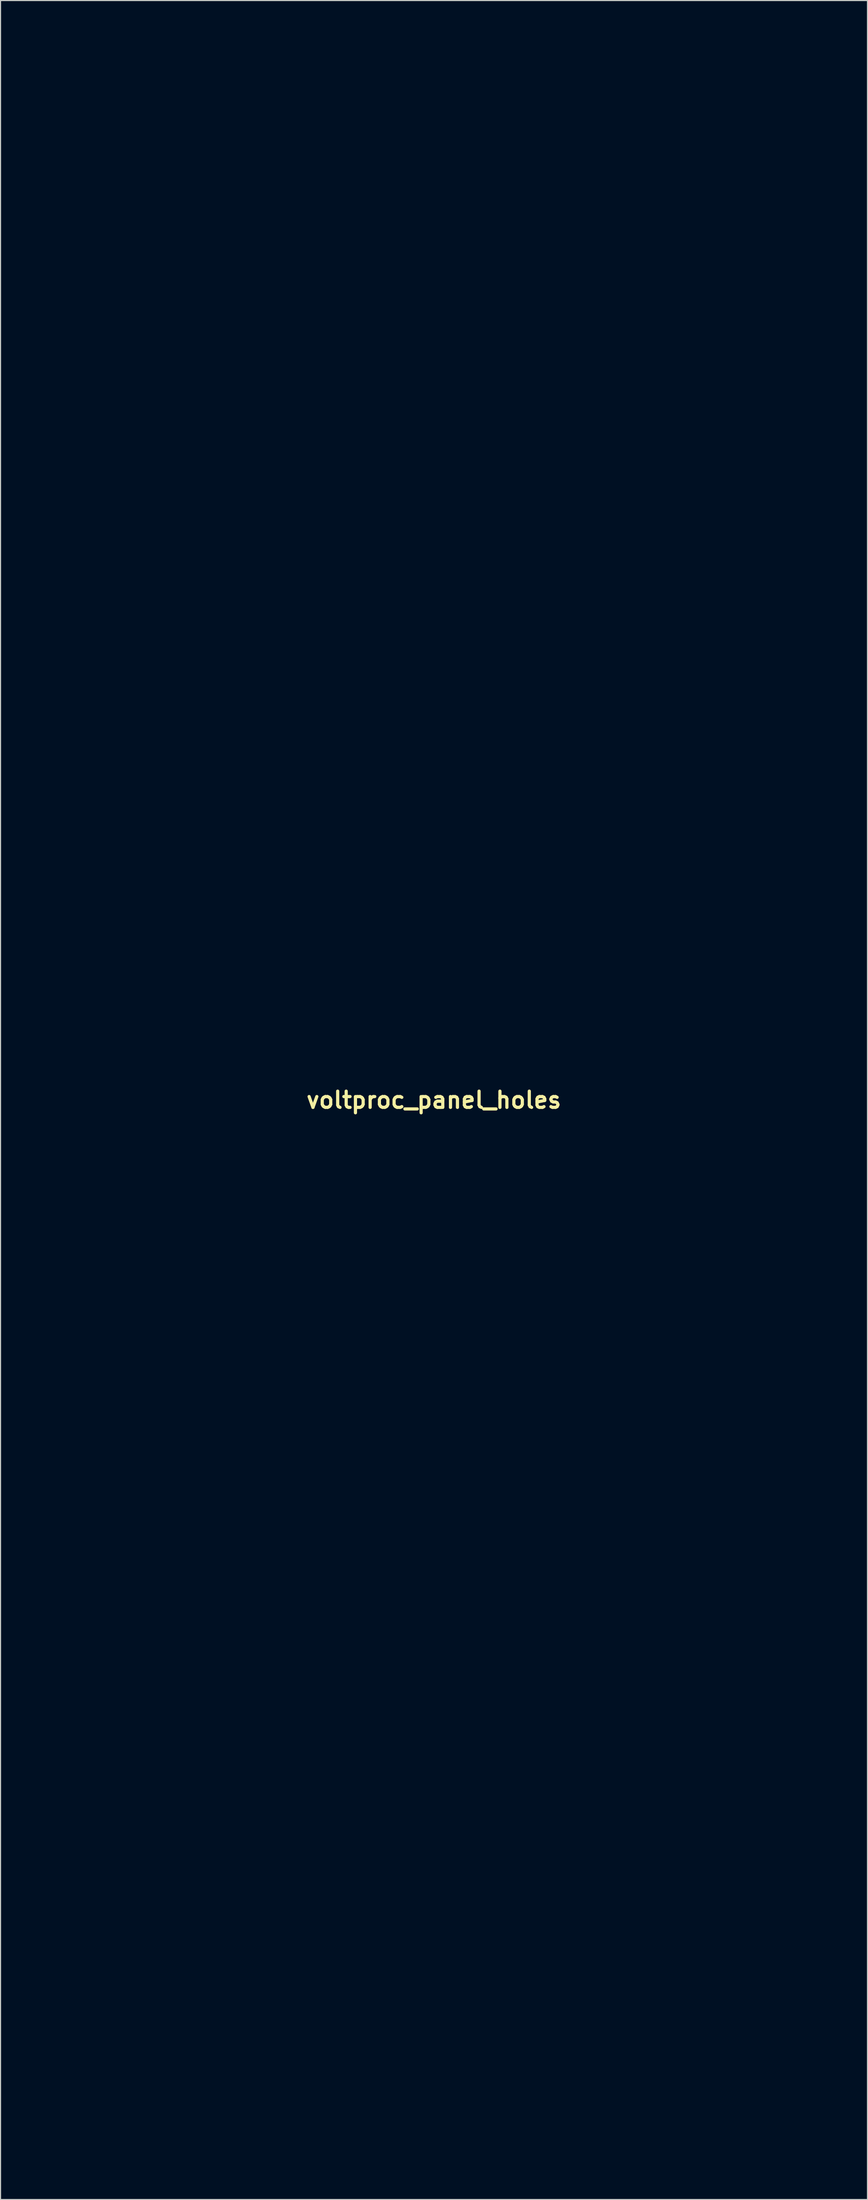
<source format=kicad_pcb>
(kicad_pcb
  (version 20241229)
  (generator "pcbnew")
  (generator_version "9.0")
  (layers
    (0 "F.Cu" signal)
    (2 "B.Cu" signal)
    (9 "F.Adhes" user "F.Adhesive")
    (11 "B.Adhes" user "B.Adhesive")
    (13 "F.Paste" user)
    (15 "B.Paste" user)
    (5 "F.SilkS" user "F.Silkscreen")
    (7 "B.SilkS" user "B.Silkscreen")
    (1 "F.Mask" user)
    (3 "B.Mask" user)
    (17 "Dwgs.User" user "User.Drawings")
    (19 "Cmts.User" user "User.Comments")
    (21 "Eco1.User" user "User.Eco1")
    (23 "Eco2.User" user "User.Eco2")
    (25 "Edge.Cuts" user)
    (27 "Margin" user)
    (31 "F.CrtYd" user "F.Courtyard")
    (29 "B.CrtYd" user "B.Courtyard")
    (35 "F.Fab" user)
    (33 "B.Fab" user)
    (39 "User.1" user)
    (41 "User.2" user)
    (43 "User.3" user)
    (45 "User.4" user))
  (footprint "voltproc_panel_holes"
    (layer "F.Cu")
    (at 37.705 100.277)
    (property "Reference" "voltproc_panel_holes" (at 0 0 0) (layer "F.SilkS") (effects (font (size 1.524 1.524) (thickness 0.3))))
    (attr board_only exclude_from_pos_files exclude_from_bom)
    (fp_poly (pts (xy 33.332 -98.692) (xy 33.597 -98.691) (xy 33.852 -98.689) (xy 34.093 -98.686) (xy 34.313 -98.683) (xy 34.507 -98.678) (xy 34.671 -98.673) (xy 34.797 -98.666) (xy 34.882 -98.659) (xy 34.909 -98.654) (xy 35.167 -98.566) (xy 35.408 -98.436) (xy 35.623 -98.27) (xy 35.806 -98.072) (xy 35.95 -97.849) (xy 35.969 -97.812) (xy 36.048 -97.633) (xy 36.1 -97.473) (xy 36.129 -97.313) (xy 36.139 -97.131) (xy 36.139 -97.062) (xy 36.113 -96.779) (xy 36.04 -96.515) (xy 35.92 -96.271) (xy 35.752 -96.045) (xy 35.56 -95.857) (xy 35.432 -95.764) (xy 35.273 -95.675) (xy 35.104 -95.597) (xy 34.942 -95.541) (xy 34.871 -95.524) (xy 34.817 -95.519) (xy 34.718 -95.514) (xy 34.58 -95.509) (xy 34.407 -95.505) (xy 34.206 -95.501) (xy 33.982 -95.497) (xy 33.741 -95.494) (xy 33.489 -95.492) (xy 33.23 -95.49) (xy 32.971 -95.489) (xy 32.717 -95.488) (xy 32.475 -95.488) (xy 32.248 -95.489) (xy 32.044 -95.49) (xy 31.867 -95.493) (xy 31.724 -95.496) (xy 31.62 -95.5) (xy 31.578 -95.503) (xy 31.308 -95.552) (xy 31.053 -95.649) (xy 30.817 -95.793) (xy 30.601 -95.983) (xy 30.591 -95.994) (xy 30.409 -96.218) (xy 30.275 -96.458) (xy 30.189 -96.714) (xy 30.149 -96.989) (xy 30.147 -97.087) (xy 30.171 -97.37) (xy 30.241 -97.638) (xy 30.355 -97.885) (xy 30.507 -98.108) (xy 30.696 -98.302) (xy 30.917 -98.463) (xy 31.168 -98.587) (xy 31.375 -98.654) (xy 31.432 -98.661) (xy 31.535 -98.668) (xy 31.677 -98.674) (xy 31.854 -98.679) (xy 32.06 -98.684) (xy 32.289 -98.687) (xy 32.537 -98.69) (xy 32.796 -98.691) (xy 33.063 -98.692)) (stroke (width 0.1) (type solid)) (fill no) (layer "Eco1.User"))
    (fp_poly (pts (xy -32.886 95.492) (xy -32.62 95.494) (xy -32.365 95.496) (xy -32.125 95.5) (xy -31.906 95.504) (xy -31.714 95.51) (xy -31.554 95.516) (xy -31.432 95.524) (xy -31.354 95.533) (xy -31.337 95.536) (xy -31.089 95.62) (xy -30.866 95.743) (xy -30.658 95.908) (xy -30.598 95.966) (xy -30.411 96.182) (xy -30.272 96.407) (xy -30.18 96.645) (xy -30.131 96.903) (xy -30.122 97.087) (xy -30.145 97.372) (xy -30.216 97.641) (xy -30.33 97.89) (xy -30.485 98.115) (xy -30.679 98.31) (xy -30.909 98.472) (xy -31.007 98.525) (xy -31.071 98.557) (xy -31.127 98.584) (xy -31.181 98.607) (xy -31.237 98.626) (xy -31.299 98.642) (xy -31.371 98.655) (xy -31.457 98.665) (xy -31.562 98.673) (xy -31.69 98.679) (xy -31.844 98.683) (xy -32.031 98.686) (xy -32.252 98.688) (xy -32.513 98.69) (xy -32.818 98.691) (xy -33.04 98.691) (xy -33.325 98.692) (xy -33.597 98.692) (xy -33.853 98.691) (xy -34.086 98.69) (xy -34.294 98.688) (xy -34.47 98.686) (xy -34.61 98.683) (xy -34.71 98.679) (xy -34.764 98.676) (xy -34.767 98.675) (xy -35.04 98.604) (xy -35.292 98.49) (xy -35.52 98.337) (xy -35.717 98.15) (xy -35.878 97.932) (xy -35.943 97.812) (xy -36.023 97.631) (xy -36.076 97.469) (xy -36.105 97.306) (xy -36.115 97.122) (xy -36.115 97.074) (xy -36.09 96.801) (xy -36.019 96.541) (xy -35.906 96.298) (xy -35.755 96.077) (xy -35.571 95.885) (xy -35.356 95.726) (xy -35.116 95.604) (xy -34.895 95.535) (xy -34.83 95.526) (xy -34.721 95.518) (xy -34.571 95.511) (xy -34.388 95.506) (xy -34.177 95.501) (xy -33.942 95.497) (xy -33.691 95.494) (xy -33.427 95.493) (xy -33.157 95.492)) (stroke (width 0.1) (type solid)) (fill no) (layer "Eco1.User"))
    (fp_poly (pts (xy -32.923 -98.692) (xy -32.659 -98.691) (xy -32.404 -98.689) (xy -32.163 -98.686) (xy -31.943 -98.682) (xy -31.749 -98.677) (xy -31.586 -98.672) (xy -31.46 -98.665) (xy -31.377 -98.658) (xy -31.35 -98.654) (xy -31.079 -98.561) (xy -30.835 -98.428) (xy -30.622 -98.258) (xy -30.442 -98.057) (xy -30.298 -97.828) (xy -30.195 -97.576) (xy -30.136 -97.305) (xy -30.122 -97.087) (xy -30.143 -96.813) (xy -30.206 -96.562) (xy -30.314 -96.329) (xy -30.469 -96.108) (xy -30.598 -95.966) (xy -30.722 -95.849) (xy -30.831 -95.762) (xy -30.943 -95.693) (xy -30.994 -95.667) (xy -31.064 -95.633) (xy -31.128 -95.604) (xy -31.189 -95.579) (xy -31.253 -95.559) (xy -31.323 -95.542) (xy -31.403 -95.528) (xy -31.5 -95.518) (xy -31.616 -95.509) (xy -31.756 -95.503) (xy -31.924 -95.499) (xy -32.126 -95.496) (xy -32.365 -95.494) (xy -32.646 -95.492) (xy -32.973 -95.491) (xy -32.993 -95.491) (xy -33.267 -95.49) (xy -33.529 -95.489) (xy -33.772 -95.489) (xy -33.994 -95.489) (xy -34.188 -95.489) (xy -34.35 -95.489) (xy -34.475 -95.49) (xy -34.557 -95.491) (xy -34.591 -95.492) (xy -34.88 -95.534) (xy -35.149 -95.623) (xy -35.398 -95.758) (xy -35.625 -95.94) (xy -35.672 -95.986) (xy -35.849 -96.201) (xy -35.982 -96.441) (xy -36.07 -96.701) (xy -36.111 -96.978) (xy -36.114 -97.062) (xy -36.109 -97.255) (xy -36.087 -97.42) (xy -36.043 -97.577) (xy -35.974 -97.747) (xy -35.944 -97.812) (xy -35.809 -98.034) (xy -35.633 -98.234) (xy -35.425 -98.406) (xy -35.191 -98.543) (xy -34.941 -98.639) (xy -34.884 -98.655) (xy -34.826 -98.662) (xy -34.723 -98.669) (xy -34.58 -98.675) (xy -34.402 -98.68) (xy -34.196 -98.684) (xy -33.967 -98.688) (xy -33.719 -98.69) (xy -33.459 -98.691) (xy -33.192 -98.692)) (stroke (width 0.1) (type solid)) (fill no) (layer "Eco1.User"))
    (fp_poly (pts (xy 0.402 6.529) (xy 0.773 6.59) (xy 1.135 6.695) (xy 1.498 6.845) (xy 1.564 6.877) (xy 1.935 7.089) (xy 2.271 7.337) (xy 2.572 7.621) (xy 2.836 7.938) (xy 3.06 8.288) (xy 3.244 8.667) (xy 3.34 8.924) (xy 3.414 9.172) (xy 3.465 9.408) (xy 3.494 9.646) (xy 3.505 9.904) (xy 3.501 10.128) (xy 3.478 10.465) (xy 3.432 10.77) (xy 3.359 11.056) (xy 3.254 11.337) (xy 3.137 11.588) (xy 2.925 11.952) (xy 2.676 12.283) (xy 2.394 12.577) (xy 2.081 12.835) (xy 1.742 13.054) (xy 1.38 13.232) (xy 0.997 13.367) (xy 0.596 13.458) (xy 0.182 13.502) (xy -0.243 13.499) (xy -0.267 13.497) (xy -0.678 13.442) (xy -1.075 13.339) (xy -1.456 13.189) (xy -1.818 12.993) (xy -2.159 12.752) (xy -2.465 12.478) (xy -2.746 12.162) (xy -2.985 11.817) (xy -3.181 11.446) (xy -3.333 11.052) (xy -3.42 10.73) (xy -3.446 10.568) (xy -3.465 10.372) (xy -3.476 10.155) (xy -3.476 10.145) (xy -2.492 10.145) (xy -0.127 10.145) (xy -0.127 12.509) (xy 0.153 12.509) (xy 0.153 10.145) (xy 2.517 10.145) (xy 2.517 9.89) (xy 0.153 9.89) (xy 0.146 8.702) (xy 0.14 7.513) (xy -0.114 7.513) (xy -0.121 8.702) (xy -0.128 9.89) (xy -2.492 9.89) (xy -2.492 10.145) (xy -3.476 10.145) (xy -3.479 9.933) (xy -3.472 9.721) (xy -3.457 9.534) (xy -3.446 9.454) (xy -3.352 9.038) (xy -3.212 8.643) (xy -3.026 8.27) (xy -2.796 7.921) (xy -2.523 7.599) (xy -2.262 7.35) (xy -1.989 7.138) (xy -1.688 6.954) (xy -1.538 6.877) (xy -1.175 6.719) (xy -0.816 6.606) (xy -0.451 6.538) (xy -0.069 6.51) (xy 0.013 6.509)) (stroke (width 0.1) (type solid)) (fill no) (layer "Eco1.User"))
    (fp_poly (pts (xy 25.398 -73.548) (xy 25.802 -73.483) (xy 25.877 -73.465) (xy 26.275 -73.341) (xy 26.651 -73.173) (xy 27 -72.964) (xy 27.322 -72.718) (xy 27.612 -72.437) (xy 27.869 -72.125) (xy 28.088 -71.785) (xy 28.267 -71.419) (xy 28.404 -71.031) (xy 28.49 -70.657) (xy 28.51 -70.495) (xy 28.524 -70.302) (xy 28.53 -70.095) (xy 28.528 -69.889) (xy 28.519 -69.701) (xy 28.502 -69.551) (xy 28.412 -69.139) (xy 28.276 -68.745) (xy 28.098 -68.373) (xy 27.881 -68.027) (xy 27.625 -67.709) (xy 27.335 -67.424) (xy 27.012 -67.175) (xy 26.658 -66.965) (xy 26.633 -66.952) (xy 26.339 -66.815) (xy 26.062 -66.714) (xy 25.785 -66.643) (xy 25.494 -66.599) (xy 25.174 -66.578) (xy 25.133 -66.577) (xy 24.988 -66.575) (xy 24.856 -66.574) (xy 24.747 -66.575) (xy 24.673 -66.577) (xy 24.65 -66.579) (xy 24.219 -66.664) (xy 23.823 -66.784) (xy 23.457 -66.941) (xy 23.117 -67.138) (xy 22.801 -67.375) (xy 22.564 -67.593) (xy 22.279 -67.911) (xy 22.04 -68.251) (xy 21.848 -68.612) (xy 21.702 -68.994) (xy 21.603 -69.395) (xy 21.55 -69.816) (xy 21.544 -69.933) (xy 21.545 -69.946) (xy 22.527 -69.946) (xy 24.904 -69.933) (xy 24.911 -68.744) (xy 24.917 -67.555) (xy 25.171 -67.555) (xy 25.171 -69.945) (xy 27.536 -69.945) (xy 27.536 -70.2) (xy 25.171 -70.2) (xy 25.171 -72.564) (xy 24.917 -72.564) (xy 24.917 -70.2) (xy 22.527 -70.2) (xy 22.527 -69.946) (xy 21.545 -69.946) (xy 21.552 -70.363) (xy 21.608 -70.777) (xy 21.711 -71.173) (xy 21.862 -71.551) (xy 22.06 -71.91) (xy 22.305 -72.249) (xy 22.528 -72.499) (xy 22.771 -72.731) (xy 23.016 -72.925) (xy 23.278 -73.095) (xy 23.422 -73.174) (xy 23.791 -73.34) (xy 24.179 -73.461) (xy 24.58 -73.537) (xy 24.989 -73.566)) (stroke (width 0.1) (type solid)) (fill no) (layer "Eco1.User"))
    (fp_poly (pts (xy -24.971 15.642) (xy -24.773 15.649) (xy -24.584 15.661) (xy -24.419 15.679) (xy -24.309 15.698) (xy -23.901 15.812) (xy -23.514 15.97) (xy -23.152 16.169) (xy -22.817 16.406) (xy -22.514 16.68) (xy -22.245 16.986) (xy -22.014 17.324) (xy -21.92 17.492) (xy -21.77 17.806) (xy -21.659 18.109) (xy -21.582 18.414) (xy -21.536 18.737) (xy -21.519 19.006) (xy -21.52 19.372) (xy -21.554 19.711) (xy -21.624 20.034) (xy -21.732 20.355) (xy -21.878 20.684) (xy -22.054 21.002) (xy -22.251 21.285) (xy -22.478 21.547) (xy -22.6 21.668) (xy -22.925 21.943) (xy -23.277 22.175) (xy -23.654 22.362) (xy -24.056 22.506) (xy -24.294 22.568) (xy -24.409 22.587) (xy -24.563 22.601) (xy -24.742 22.612) (xy -24.934 22.618) (xy -25.126 22.619) (xy -25.307 22.615) (xy -25.462 22.606) (xy -25.578 22.592) (xy -26.001 22.492) (xy -26.4 22.347) (xy -26.773 22.161) (xy -27.118 21.933) (xy -27.432 21.665) (xy -27.715 21.359) (xy -27.963 21.017) (xy -28.157 20.675) (xy -28.31 20.316) (xy -28.419 19.935) (xy -28.485 19.54) (xy -28.5 19.272) (xy -27.51 19.272) (xy -25.146 19.272) (xy -25.146 21.637) (xy -24.891 21.637) (xy -24.891 19.273) (xy -23.703 19.266) (xy -22.514 19.26) (xy -22.514 19.006) (xy -23.703 18.999) (xy -24.891 18.992) (xy -24.891 16.628) (xy -25.146 16.628) (xy -25.146 18.993) (xy -27.51 18.993) (xy -27.51 19.272) (xy -28.5 19.272) (xy -28.507 19.137) (xy -28.485 18.732) (xy -28.418 18.333) (xy -28.333 18.028) (xy -28.183 17.648) (xy -27.99 17.291) (xy -27.757 16.962) (xy -27.488 16.661) (xy -27.186 16.393) (xy -26.856 16.161) (xy -26.5 15.966) (xy -26.121 15.813) (xy -25.724 15.703) (xy -25.48 15.66) (xy -25.339 15.647) (xy -25.165 15.641)) (stroke (width 0.1) (type solid)) (fill no) (layer "Eco1.User"))
    (fp_poly (pts (xy 33.513 95.497) (xy 33.845 95.498) (xy 34.129 95.5) (xy 34.367 95.503) (xy 34.559 95.507) (xy 34.707 95.512) (xy 34.812 95.517) (xy 34.876 95.524) (xy 34.885 95.525) (xy 35.039 95.571) (xy 35.209 95.641) (xy 35.375 95.727) (xy 35.515 95.819) (xy 35.527 95.829) (xy 35.737 96.025) (xy 35.905 96.248) (xy 36.03 96.493) (xy 36.109 96.758) (xy 36.14 97.038) (xy 36.14 97.074) (xy 36.134 97.266) (xy 36.11 97.432) (xy 36.063 97.592) (xy 35.99 97.767) (xy 35.969 97.812) (xy 35.843 98.022) (xy 35.681 98.216) (xy 35.494 98.38) (xy 35.293 98.506) (xy 35.29 98.507) (xy 35.219 98.542) (xy 35.157 98.572) (xy 35.099 98.598) (xy 35.041 98.619) (xy 34.978 98.637) (xy 34.906 98.651) (xy 34.821 98.663) (xy 34.719 98.671) (xy 34.595 98.678) (xy 34.445 98.683) (xy 34.265 98.686) (xy 34.05 98.688) (xy 33.797 98.689) (xy 33.5 98.69) (xy 33.218 98.691) (xy 32.933 98.692) (xy 32.661 98.692) (xy 32.404 98.691) (xy 32.17 98.69) (xy 31.961 98.688) (xy 31.784 98.685) (xy 31.643 98.682) (xy 31.542 98.678) (xy 31.487 98.674) (xy 31.483 98.674) (xy 31.214 98.604) (xy 30.967 98.491) (xy 30.746 98.341) (xy 30.554 98.159) (xy 30.394 97.949) (xy 30.27 97.716) (xy 30.186 97.464) (xy 30.145 97.199) (xy 30.151 96.925) (xy 30.156 96.885) (xy 30.217 96.615) (xy 30.324 96.362) (xy 30.471 96.131) (xy 30.653 95.928) (xy 30.867 95.758) (xy 31.109 95.624) (xy 31.362 95.536) (xy 31.4 95.528) (xy 31.449 95.521) (xy 31.511 95.515) (xy 31.592 95.51) (xy 31.695 95.506) (xy 31.824 95.503) (xy 31.983 95.501) (xy 32.176 95.499) (xy 32.406 95.498) (xy 32.678 95.497) (xy 32.995 95.497) (xy 33.131 95.497)) (stroke (width 0.1) (type solid)) (fill no) (layer "Eco1.User"))
    (fp_poly (pts (xy 25.666 70.108) (xy 26.148 70.192) (xy 26.226 70.21) (xy 26.702 70.352) (xy 27.157 70.539) (xy 27.589 70.768) (xy 27.994 71.036) (xy 28.371 71.342) (xy 28.716 71.682) (xy 29.027 72.054) (xy 29.301 72.455) (xy 29.536 72.883) (xy 29.73 73.335) (xy 29.873 73.788) (xy 29.973 74.267) (xy 30.027 74.758) (xy 30.033 75.254) (xy 29.992 75.748) (xy 29.904 76.234) (xy 29.884 76.314) (xy 29.745 76.767) (xy 29.559 77.209) (xy 29.329 77.636) (xy 29.061 78.04) (xy 28.756 78.414) (xy 28.499 78.68) (xy 28.113 79.015) (xy 27.704 79.305) (xy 27.273 79.549) (xy 26.822 79.747) (xy 26.352 79.898) (xy 25.866 80.002) (xy 25.364 80.059) (xy 24.849 80.066) (xy 24.726 80.061) (xy 24.241 80.01) (xy 23.768 79.911) (xy 23.311 79.768) (xy 22.871 79.581) (xy 22.453 79.354) (xy 22.058 79.089) (xy 21.69 78.788) (xy 21.352 78.454) (xy 21.045 78.089) (xy 20.774 77.695) (xy 20.542 77.275) (xy 20.35 76.832) (xy 20.201 76.367) (xy 20.179 76.276) (xy 20.083 75.781) (xy 20.037 75.288) (xy 20.038 75.208) (xy 22.524 75.208) (xy 24.917 75.208) (xy 24.917 77.573) (xy 25.171 77.573) (xy 25.171 75.208) (xy 27.536 75.208) (xy 27.536 74.929) (xy 25.171 74.929) (xy 25.171 72.564) (xy 24.917 72.564) (xy 24.917 74.928) (xy 23.728 74.935) (xy 22.54 74.941) (xy 22.532 75.075) (xy 22.524 75.208) (xy 20.038 75.208) (xy 20.04 74.8) (xy 20.089 74.319) (xy 20.184 73.849) (xy 20.322 73.392) (xy 20.504 72.951) (xy 20.727 72.53) (xy 20.99 72.131) (xy 21.292 71.757) (xy 21.631 71.41) (xy 22.006 71.095) (xy 22.416 70.813) (xy 22.826 70.584) (xy 23.267 70.391) (xy 23.728 70.243) (xy 24.204 70.14) (xy 24.689 70.083) (xy 25.179 70.072)) (stroke (width 0.1) (type solid)) (fill no) (layer "Eco1.User"))
    (fp_poly (pts (xy -24.537 -19.88) (xy -24.052 -19.809) (xy -23.577 -19.691) (xy -23.115 -19.528) (xy -22.67 -19.32) (xy -22.247 -19.068) (xy -22.208 -19.042) (xy -21.808 -18.74) (xy -21.448 -18.41) (xy -21.127 -18.053) (xy -20.846 -17.672) (xy -20.605 -17.272) (xy -20.405 -16.854) (xy -20.245 -16.422) (xy -20.126 -15.979) (xy -20.048 -15.528) (xy -20.011 -15.072) (xy -20.016 -14.615) (xy -20.063 -14.158) (xy -20.152 -13.706) (xy -20.283 -13.262) (xy -20.457 -12.828) (xy -20.674 -12.407) (xy -20.934 -12.003) (xy -21.238 -11.619) (xy -21.566 -11.274) (xy -21.945 -10.947) (xy -22.35 -10.662) (xy -22.779 -10.42) (xy -23.229 -10.222) (xy -23.695 -10.07) (xy -24.176 -9.964) (xy -24.666 -9.905) (xy -25.164 -9.895) (xy -25.527 -9.919) (xy -26.016 -9.994) (xy -26.49 -10.117) (xy -26.947 -10.284) (xy -27.382 -10.493) (xy -27.795 -10.743) (xy -28.181 -11.031) (xy -28.538 -11.354) (xy -28.864 -11.711) (xy -29.154 -12.099) (xy -29.408 -12.516) (xy -29.622 -12.959) (xy -29.783 -13.396) (xy -29.909 -13.876) (xy -29.986 -14.356) (xy -30.012 -14.772) (xy -27.51 -14.772) (xy -25.146 -14.772) (xy -25.146 -12.408) (xy -24.892 -12.408) (xy -24.885 -13.584) (xy -24.879 -14.759) (xy -23.69 -14.766) (xy -22.502 -14.773) (xy -22.502 -15.026) (xy -23.69 -15.033) (xy -24.879 -15.039) (xy -24.885 -16.215) (xy -24.892 -17.391) (xy -25.146 -17.391) (xy -25.146 -15.026) (xy -27.51 -15.026) (xy -27.51 -14.772) (xy -30.012 -14.772) (xy -30.016 -14.833) (xy -30 -15.305) (xy -29.939 -15.77) (xy -29.836 -16.223) (xy -29.692 -16.663) (xy -29.508 -17.087) (xy -29.287 -17.492) (xy -29.029 -17.875) (xy -28.737 -18.234) (xy -28.411 -18.565) (xy -28.054 -18.867) (xy -27.668 -19.136) (xy -27.253 -19.37) (xy -26.812 -19.566) (xy -26.346 -19.721) (xy -25.997 -19.805) (xy -25.513 -19.879) (xy -25.025 -19.904)) (stroke (width 0.1) (type solid)) (fill no) (layer "Eco1.User"))
    (fp_poly (pts (xy 25.349 -19.892) (xy 25.828 -19.839) (xy 26.304 -19.739) (xy 26.772 -19.591) (xy 27.218 -19.401) (xy 27.657 -19.16) (xy 28.064 -18.881) (xy 28.439 -18.567) (xy 28.778 -18.221) (xy 29.08 -17.845) (xy 29.344 -17.442) (xy 29.569 -17.016) (xy 29.751 -16.569) (xy 29.89 -16.104) (xy 29.984 -15.625) (xy 30.031 -15.133) (xy 30.03 -14.632) (xy 30.026 -14.555) (xy 29.968 -14.063) (xy 29.864 -13.586) (xy 29.715 -13.126) (xy 29.524 -12.687) (xy 29.293 -12.271) (xy 29.025 -11.88) (xy 28.722 -11.517) (xy 28.386 -11.183) (xy 28.02 -10.883) (xy 27.625 -10.618) (xy 27.205 -10.39) (xy 26.761 -10.202) (xy 26.297 -10.056) (xy 25.813 -9.956) (xy 25.616 -9.929) (xy 25.397 -9.909) (xy 25.159 -9.898) (xy 24.922 -9.895) (xy 24.707 -9.902) (xy 24.625 -9.908) (xy 24.131 -9.975) (xy 23.652 -10.09) (xy 23.192 -10.248) (xy 22.753 -10.449) (xy 22.336 -10.689) (xy 21.946 -10.967) (xy 21.584 -11.28) (xy 21.254 -11.626) (xy 20.957 -12.003) (xy 20.697 -12.408) (xy 20.476 -12.839) (xy 20.297 -13.294) (xy 20.162 -13.77) (xy 20.153 -13.809) (xy 20.069 -14.304) (xy 20.036 -14.773) (xy 22.527 -14.773) (xy 23.716 -14.766) (xy 24.904 -14.759) (xy 24.917 -12.408) (xy 25.171 -12.408) (xy 25.171 -14.772) (xy 27.536 -14.772) (xy 27.536 -15.026) (xy 25.171 -15.026) (xy 25.171 -17.391) (xy 24.917 -17.391) (xy 24.911 -16.215) (xy 24.904 -15.039) (xy 22.527 -15.026) (xy 22.527 -14.773) (xy 20.036 -14.773) (xy 20.034 -14.799) (xy 20.048 -15.291) (xy 20.11 -15.776) (xy 20.219 -16.252) (xy 20.373 -16.715) (xy 20.573 -17.161) (xy 20.817 -17.587) (xy 21.104 -17.99) (xy 21.416 -18.348) (xy 21.779 -18.692) (xy 22.168 -18.994) (xy 22.58 -19.254) (xy 23.012 -19.471) (xy 23.46 -19.645) (xy 23.921 -19.774) (xy 24.392 -19.859) (xy 24.869 -19.899)) (stroke (width 0.1) (type solid)) (fill no) (layer "Eco1.User"))
    (fp_poly (pts (xy -24.693 -73.551) (xy -24.48 -73.53) (xy -24.408 -73.519) (xy -24.007 -73.423) (xy -23.623 -73.281) (xy -23.26 -73.096) (xy -22.922 -72.872) (xy -22.611 -72.61) (xy -22.332 -72.315) (xy -22.088 -71.989) (xy -21.882 -71.636) (xy -21.719 -71.257) (xy -21.689 -71.171) (xy -21.629 -70.98) (xy -21.585 -70.81) (xy -21.554 -70.646) (xy -21.535 -70.473) (xy -21.526 -70.278) (xy -21.523 -70.06) (xy -21.526 -69.832) (xy -21.536 -69.64) (xy -21.556 -69.47) (xy -21.587 -69.307) (xy -21.631 -69.138) (xy -21.68 -68.981) (xy -21.831 -68.598) (xy -22.025 -68.239) (xy -22.259 -67.906) (xy -22.529 -67.602) (xy -22.833 -67.331) (xy -23.165 -67.095) (xy -23.524 -66.898) (xy -23.905 -66.743) (xy -24.305 -66.632) (xy -24.334 -66.626) (xy -24.427 -66.612) (xy -24.557 -66.599) (xy -24.711 -66.589) (xy -24.877 -66.58) (xy -25.042 -66.574) (xy -25.194 -66.572) (xy -25.319 -66.574) (xy -25.4 -66.58) (xy -25.814 -66.656) (xy -26.209 -66.777) (xy -26.582 -66.94) (xy -26.931 -67.142) (xy -27.251 -67.379) (xy -27.542 -67.65) (xy -27.8 -67.952) (xy -28.022 -68.281) (xy -28.206 -68.635) (xy -28.349 -69.011) (xy -28.448 -69.406) (xy -28.498 -69.781) (xy -28.502 -69.945) (xy -27.51 -69.945) (xy -25.146 -69.945) (xy -25.146 -67.555) (xy -24.892 -67.555) (xy -24.885 -68.744) (xy -24.879 -69.933) (xy -23.69 -69.939) (xy -22.502 -69.946) (xy -22.502 -70.2) (xy -24.891 -70.2) (xy -24.891 -72.564) (xy -25.146 -72.564) (xy -25.146 -70.2) (xy -27.51 -70.2) (xy -27.51 -69.945) (xy -28.502 -69.945) (xy -28.508 -70.202) (xy -28.47 -70.611) (xy -28.382 -71.01) (xy -28.244 -71.403) (xy -28.114 -71.684) (xy -27.907 -72.033) (xy -27.66 -72.354) (xy -27.377 -72.644) (xy -27.062 -72.9) (xy -26.719 -73.12) (xy -26.352 -73.299) (xy -25.966 -73.436) (xy -25.603 -73.52) (xy -25.404 -73.545) (xy -25.174 -73.559) (xy -24.931 -73.561)) (stroke (width 0.1) (type solid)) (fill no) (layer "Eco1.User"))
    (fp_poly (pts (xy -24.487 70.095) (xy -24.004 70.169) (xy -23.761 70.225) (xy -23.287 70.373) (xy -22.834 70.565) (xy -22.407 70.798) (xy -22.007 71.07) (xy -21.636 71.379) (xy -21.297 71.72) (xy -20.992 72.093) (xy -20.724 72.493) (xy -20.495 72.919) (xy -20.307 73.368) (xy -20.162 73.837) (xy -20.063 74.324) (xy -20.049 74.428) (xy -20.009 74.924) (xy -20.02 75.417) (xy -20.078 75.904) (xy -20.183 76.382) (xy -20.334 76.846) (xy -20.529 77.293) (xy -20.767 77.721) (xy -21.047 78.124) (xy -21.367 78.5) (xy -21.688 78.812) (xy -22.071 79.119) (xy -22.484 79.388) (xy -22.921 79.615) (xy -23.377 79.8) (xy -23.847 79.938) (xy -24.305 80.025) (xy -24.475 80.043) (xy -24.679 80.055) (xy -24.902 80.061) (xy -25.133 80.061) (xy -25.356 80.055) (xy -25.558 80.044) (xy -25.725 80.027) (xy -25.751 80.023) (xy -26.238 79.923) (xy -26.705 79.779) (xy -27.15 79.593) (xy -27.571 79.367) (xy -27.966 79.105) (xy -28.332 78.808) (xy -28.668 78.48) (xy -28.972 78.123) (xy -29.241 77.74) (xy -29.474 77.332) (xy -29.667 76.904) (xy -29.82 76.457) (xy -29.931 75.994) (xy -29.996 75.518) (xy -30.007 75.208) (xy -27.51 75.208) (xy -25.146 75.208) (xy -25.146 77.573) (xy -24.891 77.573) (xy -24.891 75.208) (xy -22.499 75.208) (xy -22.507 75.075) (xy -22.514 74.941) (xy -23.703 74.935) (xy -24.891 74.928) (xy -24.891 72.564) (xy -25.146 72.564) (xy -25.146 74.929) (xy -27.51 74.929) (xy -27.51 75.208) (xy -30.007 75.208) (xy -30.013 75.031) (xy -30.002 74.745) (xy -29.941 74.234) (xy -29.833 73.742) (xy -29.679 73.269) (xy -29.48 72.817) (xy -29.238 72.39) (xy -28.953 71.988) (xy -28.627 71.614) (xy -28.26 71.27) (xy -27.855 70.957) (xy -27.739 70.879) (xy -27.321 70.633) (xy -26.88 70.431) (xy -26.42 70.272) (xy -25.947 70.159) (xy -25.464 70.091) (xy -24.976 70.07)) (stroke (width 0.1) (type solid)) (fill no) (layer "Eco1.User"))
    (fp_poly (pts (xy 0.013 24.371) (xy 0.2 24.372) (xy 0.345 24.374) (xy 0.461 24.379) (xy 0.555 24.386) (xy 0.638 24.398) (xy 0.721 24.415) (xy 0.788 24.431) (xy 1.205 24.558) (xy 1.596 24.728) (xy 1.958 24.939) (xy 2.289 25.191) (xy 2.589 25.48) (xy 2.855 25.807) (xy 3.037 26.086) (xy 3.224 26.45) (xy 3.364 26.827) (xy 3.456 27.22) (xy 3.502 27.633) (xy 3.509 27.855) (xy 3.485 28.281) (xy 3.414 28.689) (xy 3.295 29.079) (xy 3.129 29.45) (xy 2.916 29.801) (xy 2.656 30.134) (xy 2.481 30.321) (xy 2.16 30.608) (xy 1.82 30.849) (xy 1.459 31.042) (xy 1.08 31.188) (xy 0.682 31.287) (xy 0.266 31.339) (xy -0.016 31.347) (xy -0.164 31.343) (xy -0.316 31.334) (xy -0.454 31.322) (xy -0.547 31.31) (xy -0.955 31.216) (xy -1.345 31.077) (xy -1.712 30.895) (xy -2.054 30.674) (xy -2.367 30.416) (xy -2.648 30.124) (xy -2.895 29.8) (xy -3.103 29.448) (xy -3.27 29.07) (xy -3.326 28.909) (xy -3.397 28.657) (xy -3.445 28.416) (xy -3.471 28.17) (xy -3.477 27.993) (xy -2.492 27.993) (xy -0.127 27.993) (xy -0.127 30.358) (xy 0.153 30.358) (xy 0.153 27.993) (xy 2.517 27.993) (xy 2.517 27.714) (xy 0.153 27.714) (xy 0.153 25.349) (xy -0.127 25.349) (xy -0.127 27.714) (xy -2.492 27.714) (xy -2.492 27.993) (xy -3.477 27.993) (xy -3.479 27.902) (xy -3.476 27.73) (xy -3.456 27.416) (xy -3.417 27.135) (xy -3.355 26.872) (xy -3.266 26.613) (xy -3.147 26.342) (xy -3.124 26.296) (xy -2.918 25.934) (xy -2.673 25.603) (xy -2.39 25.305) (xy -2.074 25.041) (xy -1.727 24.815) (xy -1.351 24.628) (xy -0.95 24.483) (xy -0.79 24.439) (xy -0.695 24.416) (xy -0.613 24.398) (xy -0.532 24.386) (xy -0.443 24.378) (xy -0.336 24.374) (xy -0.2 24.371) (xy -0.026 24.371)) (stroke (width 0.1) (type solid)) (fill no) (layer "Eco1.User"))
    (fp_poly (pts (xy 0.333 -44.916) (xy 0.81 -44.862) (xy 1.289 -44.76) (xy 1.589 -44.67) (xy 2.053 -44.49) (xy 2.493 -44.266) (xy 2.905 -44.003) (xy 3.287 -43.703) (xy 3.637 -43.368) (xy 3.953 -43.002) (xy 4.233 -42.606) (xy 4.474 -42.184) (xy 4.673 -41.739) (xy 4.83 -41.273) (xy 4.94 -40.789) (xy 4.969 -40.608) (xy 5.004 -40.233) (xy 5.009 -39.834) (xy 4.986 -39.426) (xy 4.934 -39.028) (xy 4.879 -38.75) (xy 4.748 -38.295) (xy 4.569 -37.853) (xy 4.347 -37.426) (xy 4.084 -37.021) (xy 3.783 -36.64) (xy 3.448 -36.288) (xy 3.081 -35.971) (xy 2.687 -35.691) (xy 2.657 -35.672) (xy 2.235 -35.438) (xy 1.789 -35.245) (xy 1.324 -35.095) (xy 0.847 -34.989) (xy 0.365 -34.929) (xy -0.118 -34.916) (xy -0.453 -34.936) (xy -0.942 -35.009) (xy -1.421 -35.129) (xy -1.887 -35.296) (xy -2.334 -35.507) (xy -2.759 -35.759) (xy -3.155 -36.052) (xy -3.43 -36.294) (xy -3.781 -36.664) (xy -4.09 -37.06) (xy -4.356 -37.483) (xy -4.577 -37.928) (xy -4.752 -38.395) (xy -4.882 -38.882) (xy -4.942 -39.223) (xy -4.965 -39.435) (xy -4.978 -39.679) (xy -4.98 -39.791) (xy -2.492 -39.791) (xy -0.127 -39.791) (xy -0.127 -37.426) (xy 0.153 -37.426) (xy 0.153 -39.791) (xy 2.517 -39.791) (xy 2.517 -40.045) (xy 0.153 -40.045) (xy 0.146 -41.234) (xy 0.14 -42.422) (xy -0.114 -42.422) (xy -0.121 -41.234) (xy -0.128 -40.045) (xy -2.492 -40.045) (xy -2.492 -39.791) (xy -4.98 -39.791) (xy -4.982 -39.94) (xy -4.977 -40.199) (xy -4.962 -40.44) (xy -4.944 -40.608) (xy -4.851 -41.096) (xy -4.715 -41.563) (xy -4.537 -42.007) (xy -4.32 -42.426) (xy -4.067 -42.818) (xy -3.78 -43.183) (xy -3.463 -43.517) (xy -3.118 -43.821) (xy -2.748 -44.091) (xy -2.354 -44.326) (xy -1.941 -44.525) (xy -1.51 -44.686) (xy -1.065 -44.808) (xy -0.607 -44.887) (xy -0.141 -44.924)) (stroke (width 0.1) (type solid)) (fill no) (layer "Eco1.User"))
    (fp_poly (pts (xy -24.596 -44.909) (xy -24.111 -44.844) (xy -23.628 -44.731) (xy -23.559 -44.711) (xy -23.09 -44.542) (xy -22.643 -44.33) (xy -22.221 -44.074) (xy -21.827 -43.78) (xy -21.463 -43.448) (xy -21.134 -43.081) (xy -20.84 -42.683) (xy -20.587 -42.255) (xy -20.517 -42.117) (xy -20.321 -41.659) (xy -20.173 -41.193) (xy -20.073 -40.721) (xy -20.019 -40.248) (xy -20.01 -39.776) (xy -20.046 -39.309) (xy -20.125 -38.848) (xy -20.246 -38.398) (xy -20.409 -37.961) (xy -20.611 -37.541) (xy -20.852 -37.14) (xy -21.132 -36.762) (xy -21.448 -36.409) (xy -21.8 -36.085) (xy -22.187 -35.793) (xy -22.607 -35.536) (xy -22.836 -35.418) (xy -23.299 -35.222) (xy -23.777 -35.074) (xy -24.265 -34.974) (xy -24.76 -34.923) (xy -25.258 -34.921) (xy -25.489 -34.938) (xy -25.963 -35.008) (xy -26.433 -35.126) (xy -26.894 -35.289) (xy -27.339 -35.496) (xy -27.761 -35.743) (xy -28.015 -35.92) (xy -28.15 -36.028) (xy -28.305 -36.164) (xy -28.468 -36.316) (xy -28.628 -36.474) (xy -28.771 -36.625) (xy -28.885 -36.755) (xy -29.18 -37.153) (xy -29.43 -37.573) (xy -29.635 -38.012) (xy -29.797 -38.465) (xy -29.913 -38.929) (xy -29.985 -39.402) (xy -30.006 -39.791) (xy -27.51 -39.791) (xy -25.146 -39.791) (xy -25.146 -37.426) (xy -24.892 -37.426) (xy -24.885 -38.602) (xy -24.879 -39.778) (xy -23.69 -39.785) (xy -22.502 -39.791) (xy -22.502 -40.045) (xy -23.69 -40.051) (xy -24.879 -40.058) (xy -24.892 -42.435) (xy -25.146 -42.435) (xy -25.146 -40.045) (xy -27.51 -40.045) (xy -27.51 -39.791) (xy -30.006 -39.791) (xy -30.011 -39.878) (xy -29.993 -40.356) (xy -29.929 -40.83) (xy -29.819 -41.299) (xy -29.664 -41.758) (xy -29.462 -42.203) (xy -29.215 -42.631) (xy -29.167 -42.705) (xy -28.87 -43.104) (xy -28.539 -43.467) (xy -28.178 -43.793) (xy -27.79 -44.08) (xy -27.378 -44.327) (xy -26.947 -44.533) (xy -26.498 -44.697) (xy -26.035 -44.818) (xy -25.562 -44.894) (xy -25.081 -44.925)) (stroke (width 0.1) (type solid)) (fill no) (layer "Eco1.User"))
    (fp_poly (pts (xy 25.486 15.545) (xy 25.731 15.586) (xy 26.135 15.693) (xy 26.517 15.845) (xy 26.875 16.038) (xy 27.206 16.27) (xy 27.507 16.538) (xy 27.775 16.838) (xy 28.008 17.168) (xy 28.203 17.526) (xy 28.358 17.907) (xy 28.468 18.31) (xy 28.503 18.497) (xy 28.519 18.641) (xy 28.527 18.82) (xy 28.53 19.017) (xy 28.525 19.218) (xy 28.514 19.406) (xy 28.497 19.566) (xy 28.49 19.61) (xy 28.392 20.023) (xy 28.248 20.415) (xy 28.058 20.785) (xy 27.823 21.131) (xy 27.543 21.454) (xy 27.511 21.486) (xy 27.193 21.771) (xy 26.85 22.012) (xy 26.485 22.207) (xy 26.096 22.357) (xy 25.684 22.461) (xy 25.678 22.463) (xy 25.571 22.479) (xy 25.434 22.493) (xy 25.279 22.505) (xy 25.119 22.513) (xy 24.968 22.518) (xy 24.838 22.519) (xy 24.743 22.514) (xy 24.726 22.512) (xy 24.434 22.465) (xy 24.18 22.411) (xy 23.953 22.348) (xy 23.742 22.272) (xy 23.535 22.179) (xy 23.49 22.157) (xy 23.117 21.942) (xy 22.78 21.692) (xy 22.478 21.408) (xy 22.214 21.092) (xy 21.991 20.748) (xy 21.809 20.377) (xy 21.67 19.982) (xy 21.577 19.567) (xy 21.573 19.539) (xy 21.55 19.329) (xy 21.542 19.145) (xy 22.527 19.145) (xy 24.904 19.158) (xy 24.911 20.334) (xy 24.917 21.51) (xy 25.171 21.51) (xy 25.171 19.145) (xy 27.536 19.145) (xy 27.536 18.891) (xy 25.171 18.891) (xy 25.171 16.527) (xy 24.917 16.527) (xy 24.904 18.878) (xy 23.716 18.885) (xy 22.527 18.892) (xy 22.527 19.145) (xy 21.542 19.145) (xy 21.54 19.092) (xy 21.543 18.845) (xy 21.559 18.605) (xy 21.587 18.388) (xy 21.608 18.281) (xy 21.727 17.875) (xy 21.887 17.493) (xy 22.085 17.139) (xy 22.318 16.815) (xy 22.583 16.521) (xy 22.878 16.261) (xy 23.198 16.037) (xy 23.54 15.849) (xy 23.903 15.701) (xy 24.281 15.595) (xy 24.674 15.532) (xy 25.076 15.515)) (stroke (width 0.1) (type solid)) (fill no) (layer "Eco1.User"))
    (fp_poly (pts (xy -24.623 45.061) (xy -24.427 45.077) (xy -24.415 45.078) (xy -23.921 45.164) (xy -23.445 45.295) (xy -22.99 45.47) (xy -22.558 45.686) (xy -22.152 45.941) (xy -21.773 46.233) (xy -21.425 46.558) (xy -21.109 46.916) (xy -20.827 47.303) (xy -20.584 47.717) (xy -20.379 48.157) (xy -20.217 48.618) (xy -20.099 49.1) (xy -20.049 49.409) (xy -20.012 49.88) (xy -20.02 50.358) (xy -20.074 50.836) (xy -20.17 51.305) (xy -20.309 51.759) (xy -20.489 52.19) (xy -20.523 52.258) (xy -20.771 52.699) (xy -21.058 53.108) (xy -21.379 53.484) (xy -21.732 53.825) (xy -22.115 54.127) (xy -22.525 54.391) (xy -22.959 54.613) (xy -23.414 54.792) (xy -23.888 54.925) (xy -24.347 55.008) (xy -24.546 55.027) (xy -24.778 55.039) (xy -25.025 55.042) (xy -25.271 55.038) (xy -25.499 55.026) (xy -25.688 55.007) (xy -26.177 54.915) (xy -26.651 54.775) (xy -27.108 54.59) (xy -27.544 54.361) (xy -27.956 54.089) (xy -28.341 53.778) (xy -28.696 53.428) (xy -29.016 53.043) (xy -29.034 53.019) (xy -29.309 52.607) (xy -29.539 52.175) (xy -29.723 51.727) (xy -29.863 51.265) (xy -29.957 50.794) (xy -30.006 50.317) (xy -30.007 50.19) (xy -27.51 50.19) (xy -25.146 50.19) (xy -25.146 52.554) (xy -24.891 52.554) (xy -24.891 50.19) (xy -23.703 50.184) (xy -22.514 50.177) (xy -22.507 50.044) (xy -22.499 49.91) (xy -24.891 49.91) (xy -24.891 47.546) (xy -25.146 47.546) (xy -25.146 49.91) (xy -27.51 49.91) (xy -27.51 50.19) (xy -30.007 50.19) (xy -30.009 49.838) (xy -29.967 49.361) (xy -29.879 48.888) (xy -29.745 48.424) (xy -29.565 47.972) (xy -29.339 47.535) (xy -29.196 47.304) (xy -28.898 46.897) (xy -28.564 46.526) (xy -28.197 46.191) (xy -27.799 45.895) (xy -27.373 45.639) (xy -26.92 45.425) (xy -26.445 45.254) (xy -26.002 45.14) (xy -25.817 45.109) (xy -25.596 45.084) (xy -25.352 45.067) (xy -25.1 45.056) (xy -24.852 45.054)) (stroke (width 0.1) (type solid)) (fill no) (layer "Eco1.User"))
    (fp_poly (pts (xy 0.201 -19.89) (xy 0.43 -19.881) (xy 0.634 -19.864) (xy 0.754 -19.849) (xy 1.248 -19.748) (xy 1.726 -19.599) (xy 2.183 -19.405) (xy 2.617 -19.168) (xy 3.026 -18.889) (xy 3.407 -18.571) (xy 3.756 -18.214) (xy 4.072 -17.821) (xy 4.202 -17.633) (xy 4.45 -17.211) (xy 4.656 -16.763) (xy 4.817 -16.296) (xy 4.932 -15.814) (xy 4.969 -15.59) (xy 4.991 -15.376) (xy 5.004 -15.13) (xy 5.007 -14.868) (xy 5.002 -14.608) (xy 4.987 -14.368) (xy 4.969 -14.209) (xy 4.875 -13.719) (xy 4.735 -13.245) (xy 4.548 -12.789) (xy 4.319 -12.355) (xy 4.048 -11.945) (xy 3.738 -11.562) (xy 3.391 -11.21) (xy 3.009 -10.892) (xy 2.593 -10.61) (xy 2.581 -10.603) (xy 2.154 -10.374) (xy 1.703 -10.188) (xy 1.233 -10.047) (xy 0.75 -9.951) (xy 0.26 -9.901) (xy -0.234 -9.899) (xy -0.509 -9.919) (xy -0.963 -9.989) (xy -1.418 -10.105) (xy -1.867 -10.264) (xy -2.299 -10.462) (xy -2.706 -10.697) (xy -2.999 -10.901) (xy -3.275 -11.131) (xy -3.551 -11.395) (xy -3.811 -11.679) (xy -4.043 -11.97) (xy -4.155 -12.128) (xy -4.412 -12.559) (xy -4.622 -13.008) (xy -4.784 -13.474) (xy -4.899 -13.957) (xy -4.965 -14.455) (xy -4.978 -14.772) (xy -2.492 -14.772) (xy -0.127 -14.772) (xy -0.127 -12.408) (xy 0.153 -12.408) (xy 0.153 -14.772) (xy 2.517 -14.772) (xy 2.517 -15.026) (xy 0.153 -15.026) (xy 0.153 -17.391) (xy -0.127 -17.391) (xy -0.127 -15.026) (xy -2.492 -15.026) (xy -2.492 -14.772) (xy -4.978 -14.772) (xy -4.983 -14.899) (xy -4.959 -15.412) (xy -4.887 -15.908) (xy -4.767 -16.387) (xy -4.6 -16.847) (xy -4.386 -17.288) (xy -4.126 -17.709) (xy -3.82 -18.107) (xy -3.47 -18.482) (xy -3.454 -18.497) (xy -3.105 -18.807) (xy -2.732 -19.082) (xy -2.348 -19.316) (xy -2.239 -19.373) (xy -1.998 -19.484) (xy -1.721 -19.59) (xy -1.425 -19.686) (xy -1.124 -19.769) (xy -0.835 -19.832) (xy -0.661 -19.861) (xy -0.483 -19.878) (xy -0.271 -19.889) (xy -0.037 -19.893)) (stroke (width 0.1) (type solid)) (fill no) (layer "Eco1.User"))
    (fp_poly (pts (xy 25.184 45.061) (xy 25.471 45.073) (xy 25.722 45.093) (xy 25.953 45.125) (xy 26.177 45.171) (xy 26.411 45.233) (xy 26.612 45.296) (xy 27.064 45.47) (xy 27.496 45.689) (xy 27.904 45.949) (xy 28.285 46.246) (xy 28.637 46.579) (xy 28.955 46.943) (xy 29.238 47.336) (xy 29.483 47.754) (xy 29.685 48.193) (xy 29.843 48.651) (xy 29.884 48.804) (xy 29.96 49.174) (xy 30.011 49.567) (xy 30.034 49.965) (xy 30.029 50.355) (xy 29.996 50.721) (xy 29.991 50.762) (xy 29.892 51.255) (xy 29.749 51.728) (xy 29.562 52.18) (xy 29.335 52.607) (xy 29.069 53.008) (xy 28.768 53.381) (xy 28.433 53.722) (xy 28.067 54.029) (xy 27.672 54.301) (xy 27.25 54.534) (xy 26.805 54.728) (xy 26.337 54.878) (xy 25.85 54.983) (xy 25.685 55.008) (xy 25.444 55.031) (xy 25.173 55.042) (xy 24.89 55.041) (xy 24.615 55.029) (xy 24.365 55.005) (xy 24.294 54.995) (xy 23.802 54.894) (xy 23.33 54.748) (xy 22.88 54.56) (xy 22.454 54.331) (xy 22.054 54.064) (xy 21.684 53.761) (xy 21.344 53.424) (xy 21.039 53.057) (xy 20.769 52.661) (xy 20.538 52.239) (xy 20.347 51.793) (xy 20.199 51.325) (xy 20.096 50.839) (xy 20.074 50.691) (xy 20.035 50.195) (xy 20.04 49.91) (xy 22.524 49.91) (xy 22.532 50.044) (xy 22.54 50.177) (xy 23.728 50.184) (xy 24.917 50.19) (xy 24.917 52.554) (xy 25.171 52.554) (xy 25.171 50.19) (xy 27.536 50.19) (xy 27.536 49.91) (xy 25.171 49.91) (xy 25.171 47.546) (xy 24.917 47.546) (xy 24.917 49.91) (xy 22.524 49.91) (xy 20.04 49.91) (xy 20.044 49.707) (xy 20.1 49.228) (xy 20.201 48.761) (xy 20.345 48.309) (xy 20.531 47.874) (xy 20.756 47.46) (xy 21.018 47.069) (xy 21.316 46.704) (xy 21.648 46.368) (xy 22.012 46.063) (xy 22.406 45.792) (xy 22.828 45.558) (xy 23.276 45.364) (xy 23.749 45.213) (xy 23.824 45.193) (xy 24.056 45.14) (xy 24.274 45.101) (xy 24.492 45.075) (xy 24.724 45.061) (xy 24.982 45.058)) (stroke (width 0.1) (type solid)) (fill no) (layer "Eco1.User"))
    (fp_poly (pts (xy 0.263 70.077) (xy 0.474 70.088) (xy 0.561 70.096) (xy 1.059 70.178) (xy 1.541 70.306) (xy 2.004 70.481) (xy 2.445 70.699) (xy 2.862 70.959) (xy 3.252 71.259) (xy 3.612 71.598) (xy 3.94 71.973) (xy 4.233 72.384) (xy 4.338 72.555) (xy 4.559 72.979) (xy 4.74 73.43) (xy 4.881 73.911) (xy 4.95 74.229) (xy 4.968 74.358) (xy 4.983 74.526) (xy 4.994 74.72) (xy 5.002 74.927) (xy 5.005 75.135) (xy 5.003 75.332) (xy 4.996 75.506) (xy 4.986 75.631) (xy 4.902 76.127) (xy 4.772 76.608) (xy 4.597 77.07) (xy 4.378 77.512) (xy 4.118 77.928) (xy 3.819 78.318) (xy 3.483 78.677) (xy 3.111 79.002) (xy 2.705 79.291) (xy 2.649 79.326) (xy 2.212 79.569) (xy 1.762 79.763) (xy 1.296 79.91) (xy 0.814 80.009) (xy 0.314 80.06) (xy -0.205 80.066) (xy -0.305 80.061) (xy -0.784 80.012) (xy -1.252 79.915) (xy -1.706 79.772) (xy -2.144 79.586) (xy -2.563 79.359) (xy -2.958 79.093) (xy -3.327 78.792) (xy -3.668 78.456) (xy -3.976 78.089) (xy -4.248 77.693) (xy -4.483 77.269) (xy -4.675 76.822) (xy -4.703 76.747) (xy -4.812 76.404) (xy -4.892 76.075) (xy -4.945 75.746) (xy -4.973 75.401) (xy -4.976 75.208) (xy -2.492 75.208) (xy -0.127 75.208) (xy -0.127 77.573) (xy 0.153 77.573) (xy 0.153 75.208) (xy 2.517 75.208) (xy 2.517 74.929) (xy 0.153 74.929) (xy 0.153 72.564) (xy -0.127 72.564) (xy -0.127 74.929) (xy -2.492 74.929) (xy -2.492 75.208) (xy -4.976 75.208) (xy -4.978 75.028) (xy -4.976 74.941) (xy -4.968 74.706) (xy -4.956 74.508) (xy -4.937 74.331) (xy -4.911 74.164) (xy -4.875 73.99) (xy -4.833 73.818) (xy -4.687 73.346) (xy -4.496 72.895) (xy -4.263 72.469) (xy -3.991 72.069) (xy -3.683 71.699) (xy -3.34 71.359) (xy -2.966 71.054) (xy -2.562 70.785) (xy -2.133 70.554) (xy -1.679 70.364) (xy -1.204 70.218) (xy -0.878 70.146) (xy -0.689 70.118) (xy -0.466 70.096) (xy -0.222 70.082) (xy 0.026 70.076)) (stroke (width 0.1) (type solid)) (fill no) (layer "Eco1.User"))
    (fp_poly (pts (xy 25.534 -44.9) (xy 26.025 -44.827) (xy 26.315 -44.76) (xy 26.786 -44.61) (xy 27.238 -44.415) (xy 27.667 -44.177) (xy 28.07 -43.899) (xy 28.445 -43.584) (xy 28.786 -43.234) (xy 29.093 -42.852) (xy 29.36 -42.441) (xy 29.532 -42.117) (xy 29.729 -41.654) (xy 29.877 -41.179) (xy 29.977 -40.698) (xy 30.029 -40.212) (xy 30.034 -39.725) (xy 29.991 -39.24) (xy 29.901 -38.761) (xy 29.764 -38.292) (xy 29.582 -37.834) (xy 29.353 -37.392) (xy 29.078 -36.969) (xy 29.04 -36.918) (xy 28.946 -36.8) (xy 28.821 -36.66) (xy 28.676 -36.506) (xy 28.52 -36.349) (xy 28.363 -36.197) (xy 28.213 -36.061) (xy 28.081 -35.949) (xy 28.02 -35.902) (xy 27.6 -35.624) (xy 27.159 -35.39) (xy 26.699 -35.202) (xy 26.224 -35.06) (xy 25.738 -34.966) (xy 25.245 -34.92) (xy 24.748 -34.924) (xy 24.574 -34.937) (xy 24.081 -35.008) (xy 23.605 -35.126) (xy 23.147 -35.288) (xy 22.711 -35.492) (xy 22.298 -35.736) (xy 21.912 -36.017) (xy 21.554 -36.333) (xy 21.227 -36.683) (xy 20.934 -37.063) (xy 20.677 -37.471) (xy 20.459 -37.905) (xy 20.282 -38.364) (xy 20.149 -38.843) (xy 20.11 -39.035) (xy 20.077 -39.262) (xy 20.054 -39.522) (xy 20.042 -39.791) (xy 22.527 -39.791) (xy 23.716 -39.785) (xy 24.904 -39.778) (xy 24.917 -37.426) (xy 25.171 -37.426) (xy 25.171 -39.791) (xy 27.536 -39.791) (xy 27.536 -40.045) (xy 25.171 -40.045) (xy 25.171 -42.435) (xy 24.917 -42.435) (xy 24.911 -41.246) (xy 24.904 -40.058) (xy 23.716 -40.051) (xy 22.527 -40.045) (xy 22.527 -39.791) (xy 20.042 -39.791) (xy 20.041 -39.799) (xy 20.04 -40.075) (xy 20.05 -40.334) (xy 20.07 -40.544) (xy 20.162 -41.048) (xy 20.302 -41.536) (xy 20.488 -42.005) (xy 20.72 -42.452) (xy 20.996 -42.877) (xy 21.074 -42.982) (xy 21.17 -43.099) (xy 21.294 -43.237) (xy 21.434 -43.385) (xy 21.58 -43.532) (xy 21.72 -43.665) (xy 21.842 -43.773) (xy 21.855 -43.784) (xy 22.258 -44.082) (xy 22.684 -44.336) (xy 23.13 -44.546) (xy 23.593 -44.71) (xy 24.068 -44.829) (xy 24.552 -44.9) (xy 25.042 -44.925)) (stroke (width 0.1) (type solid)) (fill no) (layer "Eco1.User"))
    (fp_poly (pts (xy 0.141 45.055) (xy 0.368 45.062) (xy 0.574 45.076) (xy 0.733 45.094) (xy 1.225 45.192) (xy 1.698 45.335) (xy 2.148 45.522) (xy 2.575 45.749) (xy 2.975 46.014) (xy 3.346 46.316) (xy 3.687 46.651) (xy 3.994 47.018) (xy 4.265 47.413) (xy 4.499 47.835) (xy 4.692 48.281) (xy 4.844 48.749) (xy 4.95 49.237) (xy 4.986 49.488) (xy 4.997 49.629) (xy 5.003 49.805) (xy 5.004 50.004) (xy 5.001 50.213) (xy 4.993 50.419) (xy 4.982 50.611) (xy 4.966 50.775) (xy 4.95 50.889) (xy 4.834 51.389) (xy 4.678 51.858) (xy 4.482 52.299) (xy 4.338 52.564) (xy 4.061 52.985) (xy 3.748 53.373) (xy 3.402 53.726) (xy 3.025 54.041) (xy 2.62 54.318) (xy 2.19 54.553) (xy 1.739 54.745) (xy 1.269 54.892) (xy 0.782 54.992) (xy 0.672 55.008) (xy 0.547 55.02) (xy 0.39 55.03) (xy 0.213 55.037) (xy 0.029 55.042) (xy -0.149 55.043) (xy -0.31 55.04) (xy -0.439 55.034) (xy -0.496 55.029) (xy -1.009 54.943) (xy -1.493 54.817) (xy -1.952 54.648) (xy -2.389 54.436) (xy -2.808 54.179) (xy -2.877 54.131) (xy -3.275 53.819) (xy -3.635 53.475) (xy -3.956 53.099) (xy -4.237 52.693) (xy -4.476 52.257) (xy -4.674 51.794) (xy -4.83 51.304) (xy -4.925 50.889) (xy -4.946 50.741) (xy -4.962 50.554) (xy -4.973 50.343) (xy -4.977 50.19) (xy -2.492 50.19) (xy -0.127 50.19) (xy -0.127 52.554) (xy 0.153 52.554) (xy 0.153 50.19) (xy 2.517 50.19) (xy 2.517 49.91) (xy 0.153 49.91) (xy 0.153 47.546) (xy -0.127 47.546) (xy -0.127 49.91) (xy -2.492 49.91) (xy -2.492 50.19) (xy -4.977 50.19) (xy -4.978 50.118) (xy -4.978 49.894) (xy -4.972 49.682) (xy -4.96 49.496) (xy -4.947 49.376) (xy -4.85 48.876) (xy -4.708 48.397) (xy -4.522 47.94) (xy -4.296 47.508) (xy -4.032 47.103) (xy -3.731 46.728) (xy -3.396 46.384) (xy -3.029 46.074) (xy -2.632 45.8) (xy -2.207 45.564) (xy -1.757 45.368) (xy -1.284 45.215) (xy -0.789 45.107) (xy -0.696 45.092) (xy -0.527 45.073) (xy -0.321 45.061) (xy -0.094 45.055)) (stroke (width 0.1) (type solid)) (fill no) (layer "Eco1.User"))
    (fp_poly (pts (xy 37.68 100.227) (xy -37.655 100.227) (xy -37.655 47.954) (xy -37.396 47.954) (xy -37.396 49.803) (xy -37.396 51.627) (xy -37.396 53.426) (xy -37.396 55.2) (xy -37.396 56.948) (xy -37.396 58.67) (xy -37.396 60.364) (xy -37.396 62.031) (xy -37.396 63.67) (xy -37.396 65.28) (xy -37.396 66.861) (xy -37.396 68.412) (xy -37.396 69.932) (xy -37.396 71.422) (xy -37.395 72.881) (xy -37.395 74.308) (xy -37.395 75.702) (xy -37.395 77.063) (xy -37.395 78.391) (xy -37.395 79.684) (xy -37.395 80.943) (xy -37.395 82.167) (xy -37.395 83.355) (xy -37.394 84.507) (xy -37.394 85.622) (xy -37.394 86.699) (xy -37.394 87.739) (xy -37.394 88.74) (xy -37.394 89.702) (xy -37.393 90.625) (xy -37.393 91.507) (xy -37.393 92.349) (xy -37.393 93.15) (xy -37.393 93.909) (xy -37.393 94.626) (xy -37.392 95.3) (xy -37.392 95.931) (xy -37.392 96.518) (xy -37.392 97.06) (xy -37.391 97.558) (xy -37.391 98.01) (xy -37.391 98.416) (xy -37.391 98.775) (xy -37.391 99.087) (xy -37.39 99.352) (xy -37.39 99.568) (xy -37.39 99.736) (xy -37.39 99.854) (xy -37.389 99.922) (xy -37.389 99.941) (xy -37.38 99.942) (xy -37.353 99.944) (xy -37.308 99.945) (xy -37.244 99.947) (xy -37.16 99.948) (xy -37.056 99.949) (xy -36.931 99.95) (xy -36.785 99.951) (xy -36.616 99.953) (xy -36.424 99.954) (xy -36.209 99.955) (xy -35.97 99.956) (xy -35.705 99.957) (xy -35.415 99.957) (xy -35.099 99.958) (xy -34.756 99.959) (xy -34.386 99.96) (xy -33.987 99.961) (xy -33.559 99.961) (xy -33.102 99.962) (xy -32.615 99.963) (xy -32.097 99.963) (xy -31.548 99.964) (xy -30.966 99.964) (xy -30.352 99.965) (xy -29.704 99.965) (xy -29.022 99.966) (xy -28.305 99.966) (xy -27.553 99.966) (xy -26.765 99.967) (xy -25.94 99.967) (xy -25.077 99.967) (xy -24.177 99.968) (xy -23.238 99.968) (xy -22.259 99.968) (xy -21.241 99.968) (xy -20.181 99.968) (xy -19.081 99.968) (xy -17.938 99.968) (xy -16.753 99.968) (xy -15.524 99.968) (xy -14.251 99.968) (xy -12.934 99.968) (xy -11.572 99.968) (xy -10.163 99.968) (xy -8.708 99.968) (xy -7.205 99.968) (xy -5.655 99.967) (xy -4.056 99.967) (xy -2.408 99.967) (xy -0.709 99.967) (xy 0.018 99.966) (xy 37.414 99.96) (xy 37.414 -99.96) (xy -37.388 -99.96) (xy -37.395 -0.025) (xy -37.395 2.233) (xy -37.395 4.479) (xy -37.395 6.713) (xy -37.395 8.933) (xy -37.395 11.141) (xy -37.395 13.334) (xy -37.395 15.513) (xy -37.396 17.677) (xy -37.396 19.825) (xy -37.396 21.957) (xy -37.396 24.072) (xy -37.396 26.17) (xy -37.396 28.251) (xy -37.396 30.312) (xy -37.396 32.355) (xy -37.396 34.379) (xy -37.396 36.383) (xy -37.396 38.366) (xy -37.396 40.328) (xy -37.396 42.268) (xy -37.396 44.186) (xy -37.396 46.082) (xy -37.396 47.954) (xy -37.655 47.954) (xy -37.655 -100.227) (xy 37.68 -100.227)) (stroke (width 0.1) (type solid)) (fill no) (layer "Eco1.User")))
  (gr_rect
    (start -3 -3)
    (end 78.436 203.554)
    (stroke (width 0.1) (type default))
    (fill no)
    (layer "Edge.Cuts")))
</source>
